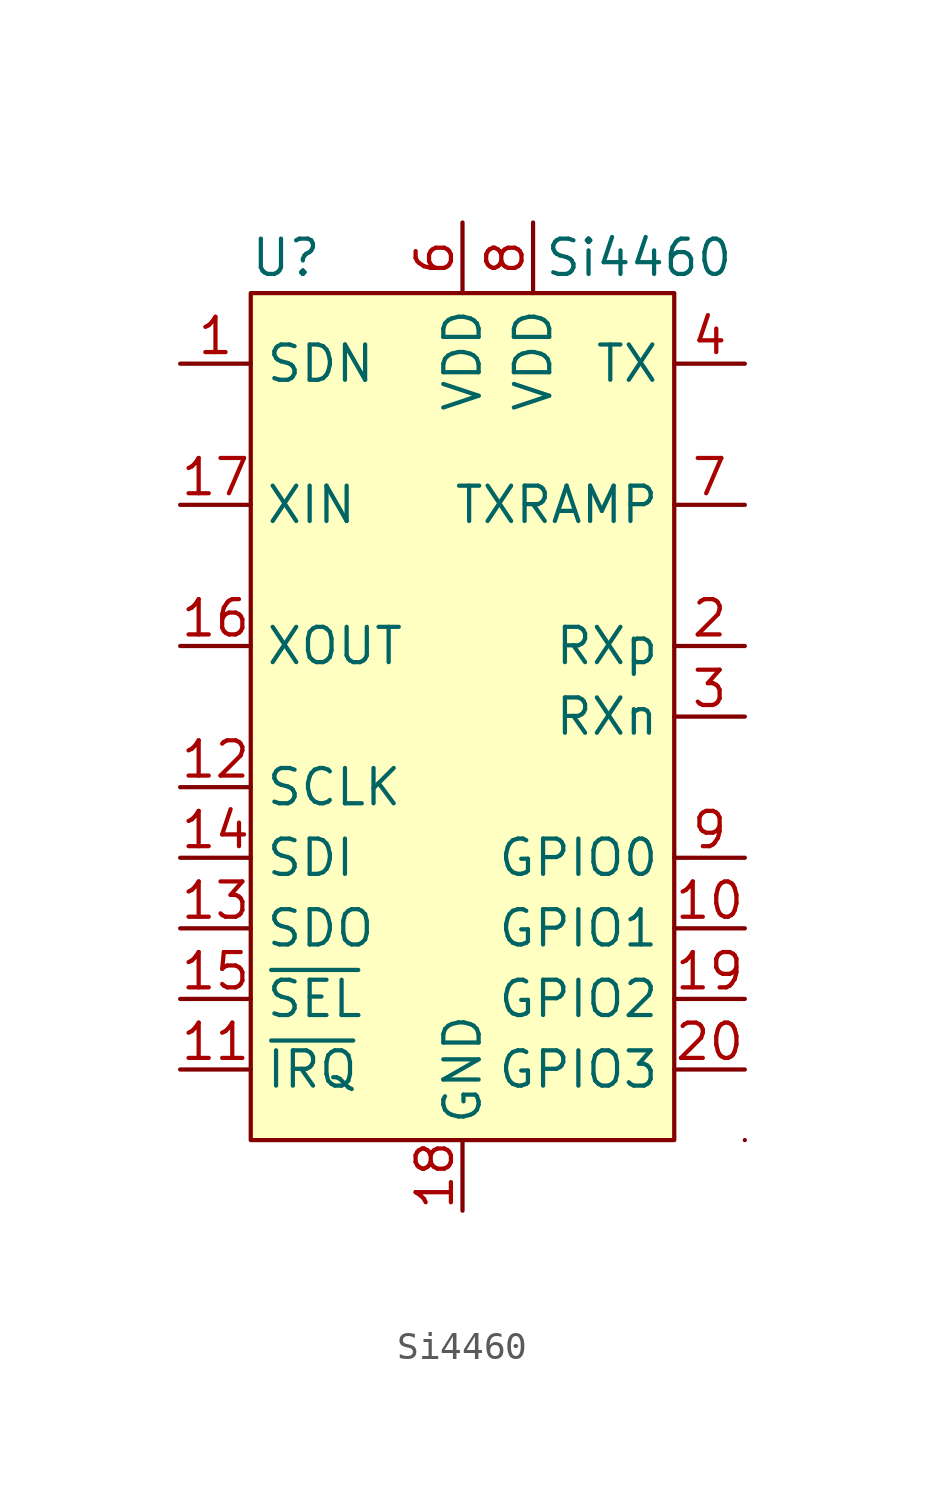
<source format=kicad_sym>
(kicad_symbol_lib
  (version 20220914)
  (generator kicad_symbol_editor)
  (symbol "Si4460"
    (property "Reference" "U"
      (at -6.35 16.51 0)
      (effects (font (size 1.27 1.27))))
    (property "Value" "Si4460"
      (at 6.35 16.51 0)
      (effects (font (size 1.27 1.27))))
    (symbol "Si4460_0_1"
      (rectangle (start -7.62 15.24) (end 7.62 -15.24) (stroke (width 0) (type default)) (fill (type background)))
      (rectangle (start 10.16 -15.24) (end 10.16 -15.24) (stroke (width 0) (type default)) (fill (type none))))
    (symbol "Si4460_1_1"
      (pin input line (at -10.16 12.7 0) (length 2.54) (name "SDN" (effects (font (size 1.27 1.27)))) (number "1" (effects (font (size 1.27 1.27)))))
      (pin bidirectional line (at 10.16 -7.62 180) (length 2.54) (name "GPIO1" (effects (font (size 1.27 1.27)))) (number "10" (effects (font (size 1.27 1.27)))))
      (pin open_collector line (at -10.16 -12.7 0) (length 2.54) (name "~{IRQ}" (effects (font (size 1.27 1.27)))) (number "11" (effects (font (size 1.27 1.27)))))
      (pin input line (at -10.16 -2.54 0) (length 2.54) (name "SCLK" (effects (font (size 1.27 1.27)))) (number "12" (effects (font (size 1.27 1.27)))))
      (pin output line (at -10.16 -7.62 0) (length 2.54) (name "SDO" (effects (font (size 1.27 1.27)))) (number "13" (effects (font (size 1.27 1.27)))))
      (pin input line (at -10.16 -5.08 0) (length 2.54) (name "SDI" (effects (font (size 1.27 1.27)))) (number "14" (effects (font (size 1.27 1.27)))))
      (pin input line (at -10.16 -10.16 0) (length 2.54) (name "~{SEL}" (effects (font (size 1.27 1.27)))) (number "15" (effects (font (size 1.27 1.27)))))
      (pin passive line (at -10.16 2.54 0) (length 2.54) (name "XOUT" (effects (font (size 1.27 1.27)))) (number "16" (effects (font (size 1.27 1.27)))))
      (pin input line (at -10.16 7.62 0) (length 2.54) (name "XIN" (effects (font (size 1.27 1.27)))) (number "17" (effects (font (size 1.27 1.27)))))
      (pin power_in line (at 0 -17.78 90) (length 2.54) (name "GND" (effects (font (size 1.27 1.27)))) (number "18" (effects (font (size 1.27 1.27)))))
      (pin bidirectional line (at 10.16 -10.16 180) (length 2.54) (name "GPIO2" (effects (font (size 1.27 1.27)))) (number "19" (effects (font (size 1.27 1.27)))))
      (pin input line (at 10.16 2.54 180) (length 2.54) (name "RXp" (effects (font (size 1.27 1.27)))) (number "2" (effects (font (size 1.27 1.27)))))
      (pin bidirectional line (at 10.16 -12.7 180) (length 2.54) (name "GPIO3" (effects (font (size 1.27 1.27)))) (number "20" (effects (font (size 1.27 1.27)))))
      (pin power_in line (at 0 -17.78 90) (length 2.54) hide (name "GND" (effects (font (size 1.27 1.27)))) (number "21" (effects (font (size 1.27 1.27)))))
      (pin input line (at 10.16 0 180) (length 2.54) (name "RXn" (effects (font (size 1.27 1.27)))) (number "3" (effects (font (size 1.27 1.27)))))
      (pin output line (at 10.16 12.7 180) (length 2.54) (name "TX" (effects (font (size 1.27 1.27)))) (number "4" (effects (font (size 1.27 1.27)))))
      (pin no_connect line (at 7.62 -15.24 180) (length 2.54) hide (name "NC" (effects (font (size 1.27 1.27)))) (number "5" (effects (font (size 1.27 1.27)))))
      (pin power_in line (at 0 17.78 270) (length 2.54) (name "VDD" (effects (font (size 1.27 1.27)))) (number "6" (effects (font (size 1.27 1.27)))))
      (pin output line (at 10.16 7.62 180) (length 2.54) (name "TXRAMP" (effects (font (size 1.27 1.27)))) (number "7" (effects (font (size 1.27 1.27)))))
      (pin power_in line (at 2.54 17.78 270) (length 2.54) (name "VDD" (effects (font (size 1.27 1.27)))) (number "8" (effects (font (size 1.27 1.27)))))
      (pin bidirectional line (at 10.16 -5.08 180) (length 2.54) (name "GPIO0" (effects (font (size 1.27 1.27)))) (number "9" (effects (font (size 1.27 1.27))))))))
</source>
